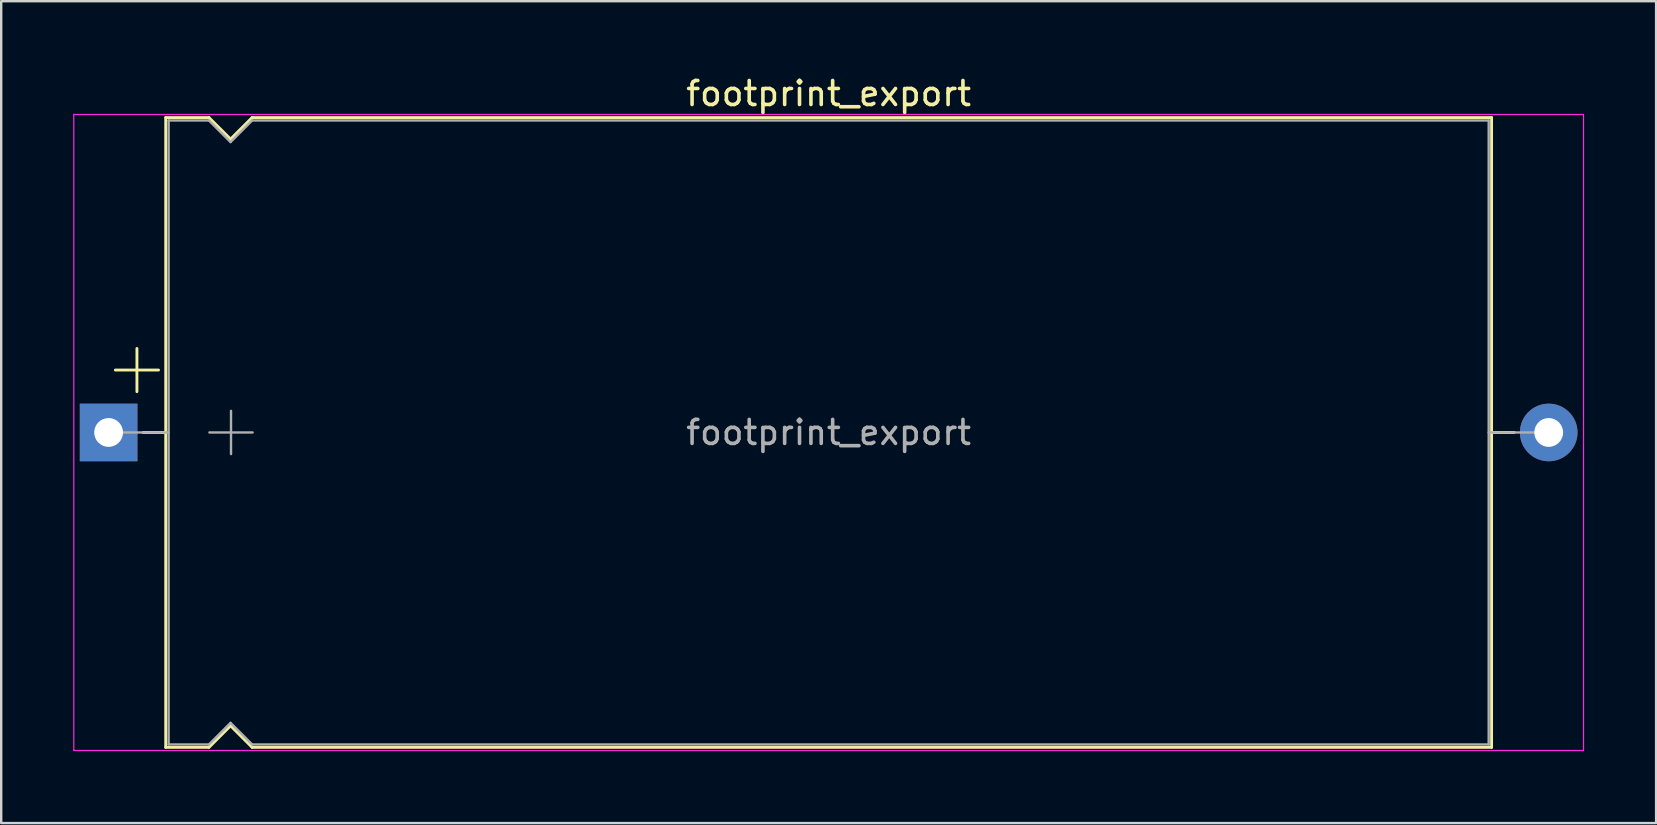
<source format=kicad_pcb>
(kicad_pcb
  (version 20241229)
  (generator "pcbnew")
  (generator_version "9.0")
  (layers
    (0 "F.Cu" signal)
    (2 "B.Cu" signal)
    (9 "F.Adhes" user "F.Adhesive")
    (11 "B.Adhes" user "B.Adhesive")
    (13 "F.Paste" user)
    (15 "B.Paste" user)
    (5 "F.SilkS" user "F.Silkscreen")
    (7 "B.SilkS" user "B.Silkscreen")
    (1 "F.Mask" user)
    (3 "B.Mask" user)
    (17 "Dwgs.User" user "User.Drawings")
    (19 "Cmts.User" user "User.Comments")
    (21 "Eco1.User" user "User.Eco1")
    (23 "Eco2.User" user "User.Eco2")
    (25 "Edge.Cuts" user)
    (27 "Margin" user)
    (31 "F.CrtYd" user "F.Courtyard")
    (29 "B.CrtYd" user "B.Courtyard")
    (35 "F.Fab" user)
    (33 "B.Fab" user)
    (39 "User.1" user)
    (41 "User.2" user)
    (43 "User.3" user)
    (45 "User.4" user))
  (footprint "footprint_export"
    (layer "F.Cu")
    (at 1.475 14.968)
    (property "Reference" "footprint_export" (at 30 -14.12 0) (layer "F.SilkS") (effects (font (size 1 1) (thickness 0.15))))
    (attr through_hole)
    (fp_line (start 0.28 -2.6) (end 2.08 -2.6) (stroke (width 0.12) (type solid)) (layer "F.SilkS"))
    (fp_line (start 1.18 -3.5) (end 1.18 -1.7) (stroke (width 0.12) (type solid)) (layer "F.SilkS"))
    (fp_line (start 1.44 0) (end 2.38 0) (stroke (width 0.12) (type solid)) (layer "F.SilkS"))
    (fp_line (start 2.38 -13.12) (end 2.38 13.12) (stroke (width 0.12) (type solid)) (layer "F.SilkS"))
    (fp_line (start 2.38 -13.12) (end 4.18 -13.12) (stroke (width 0.12) (type solid)) (layer "F.SilkS"))
    (fp_line (start 2.38 13.12) (end 4.18 13.12) (stroke (width 0.12) (type solid)) (layer "F.SilkS"))
    (fp_line (start 4.18 -13.12) (end 5.08 -12.22) (stroke (width 0.12) (type solid)) (layer "F.SilkS"))
    (fp_line (start 4.18 13.12) (end 5.08 12.22) (stroke (width 0.12) (type solid)) (layer "F.SilkS"))
    (fp_line (start 5.08 -12.22) (end 5.98 -13.12) (stroke (width 0.12) (type solid)) (layer "F.SilkS"))
    (fp_line (start 5.08 12.22) (end 5.98 13.12) (stroke (width 0.12) (type solid)) (layer "F.SilkS"))
    (fp_line (start 5.98 -13.12) (end 57.62 -13.12) (stroke (width 0.12) (type solid)) (layer "F.SilkS"))
    (fp_line (start 5.98 13.12) (end 57.62 13.12) (stroke (width 0.12) (type solid)) (layer "F.SilkS"))
    (fp_line (start 57.62 -13.12) (end 57.62 13.12) (stroke (width 0.12) (type solid)) (layer "F.SilkS"))
    (fp_line (start 58.56 0) (end 57.62 0) (stroke (width 0.12) (type solid)) (layer "F.SilkS"))
    (fp_line (start -1.45 -13.25) (end -1.45 13.25) (stroke (width 0.05) (type solid)) (layer "F.CrtYd"))
    (fp_line (start -1.45 13.25) (end 61.45 13.25) (stroke (width 0.05) (type solid)) (layer "F.CrtYd"))
    (fp_line (start 61.45 -13.25) (end -1.45 -13.25) (stroke (width 0.05) (type solid)) (layer "F.CrtYd"))
    (fp_line (start 61.45 13.25) (end 61.45 -13.25) (stroke (width 0.05) (type solid)) (layer "F.CrtYd"))
    (fp_line (start 0 0) (end 2.5 0) (stroke (width 0.1) (type solid)) (layer "F.Fab"))
    (fp_line (start 2.5 -13) (end 2.5 13) (stroke (width 0.1) (type solid)) (layer "F.Fab"))
    (fp_line (start 2.5 -13) (end 4.18 -13) (stroke (width 0.1) (type solid)) (layer "F.Fab"))
    (fp_line (start 2.5 13) (end 4.18 13) (stroke (width 0.1) (type solid)) (layer "F.Fab"))
    (fp_line (start 4.18 -13) (end 5.08 -12.1) (stroke (width 0.1) (type solid)) (layer "F.Fab"))
    (fp_line (start 4.18 13) (end 5.08 12.1) (stroke (width 0.1) (type solid)) (layer "F.Fab"))
    (fp_line (start 4.2 0) (end 6 0) (stroke (width 0.1) (type solid)) (layer "F.Fab"))
    (fp_line (start 5.08 -12.1) (end 5.98 -13) (stroke (width 0.1) (type solid)) (layer "F.Fab"))
    (fp_line (start 5.08 12.1) (end 5.98 13) (stroke (width 0.1) (type solid)) (layer "F.Fab"))
    (fp_line (start 5.1 -0.9) (end 5.1 0.9) (stroke (width 0.1) (type solid)) (layer "F.Fab"))
    (fp_line (start 5.98 -13) (end 57.5 -13) (stroke (width 0.1) (type solid)) (layer "F.Fab"))
    (fp_line (start 5.98 13) (end 57.5 13) (stroke (width 0.1) (type solid)) (layer "F.Fab"))
    (fp_line (start 57.5 -13) (end 57.5 13) (stroke (width 0.1) (type solid)) (layer "F.Fab"))
    (fp_line (start 60 0) (end 57.5 0) (stroke (width 0.1) (type solid)) (layer "F.Fab"))
    (fp_text user "${REFERENCE}" (at 30 0 0) (layer "F.Fab") (effects (font (size 1 1) (thickness 0.15))))
    (pad "1" thru_hole rect (at 0 0) (size 2.4 2.4) (drill 1.2) (layers "*.Cu" "*.Mask"))
    (pad "2" thru_hole oval (at 60 0) (size 2.4 2.4) (drill 1.2) (layers "*.Cu" "*.Mask")))
  (gr_rect
    (start -3 -3)
    (end 65.95 31.243)
    (stroke (width 0.1) (type default))
    (fill no)
    (layer "Edge.Cuts")))
</source>
